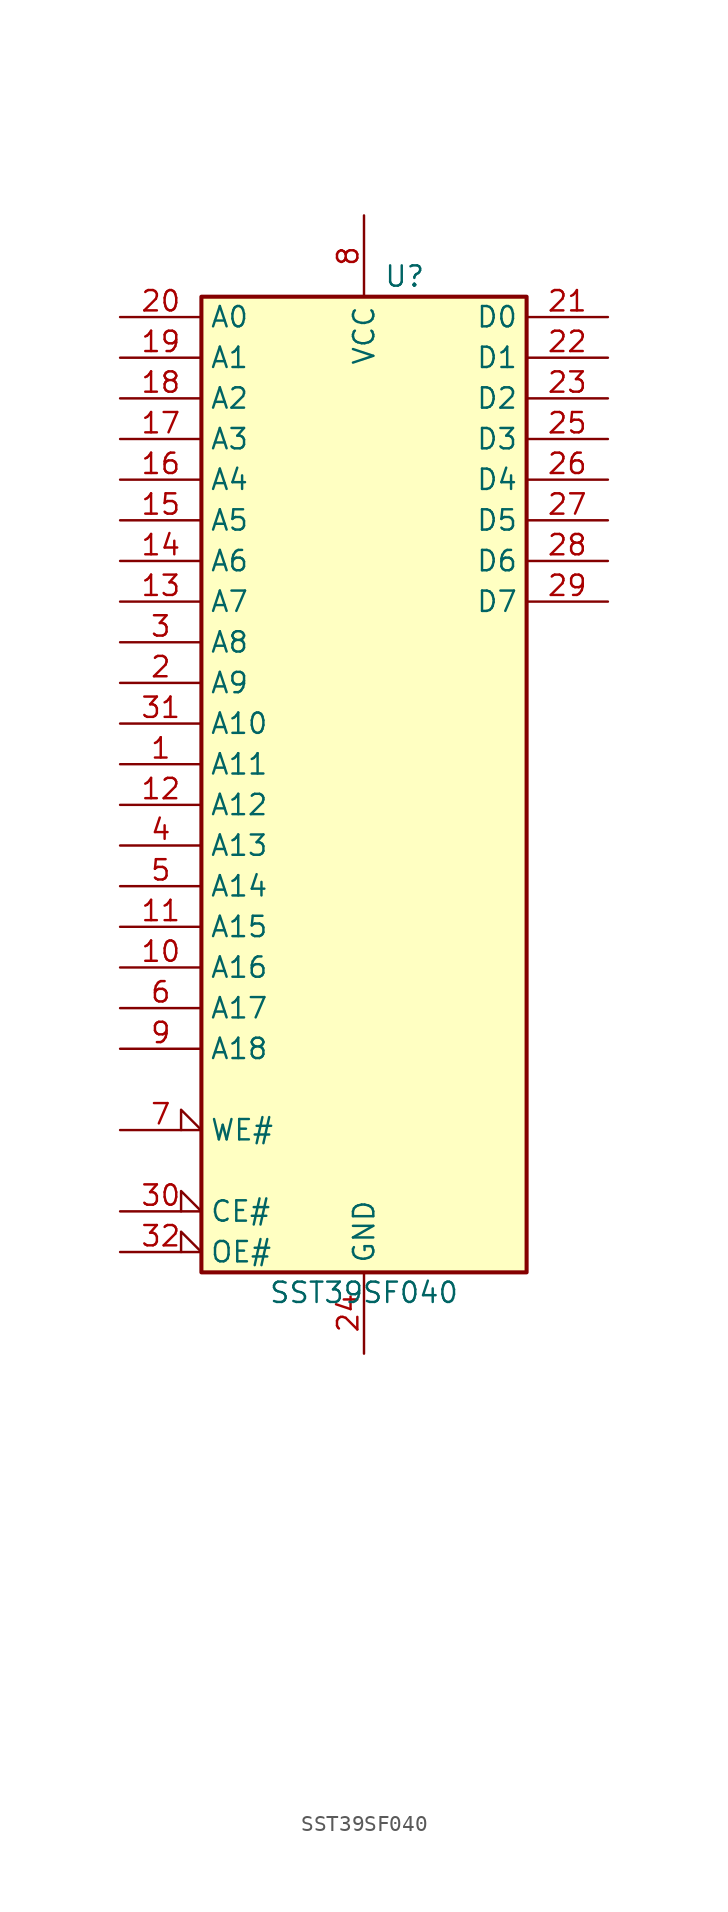
<source format=kicad_sym>
(kicad_symbol_lib
  (version 20241209)
  (generator "kicad_symbol_editor")
  (generator_version "9.0")
  (symbol "SST39SF040"
    (property "Reference" "U"
      (at 2.54 33.02 0)
      (effects (font (size 1.27 1.27))))
    (property "Value" "SST39SF040"
      (at 0 -30.48 0)
      (effects (font (size 1.27 1.27))))
    (property "Datasheet" ""
      (at 0 -53.34 0)
      (effects (font (size 1.27 1.27))))
    (symbol "SST39SF040_0_1"
      (rectangle (start -10.16 31.75) (end 10.16 -29.21) (stroke (width 0.254) (type default)) (fill (type background))))
    (symbol "SST39SF040_1_0"
      (pin power_in line (at 0 36.83 270) (length 5.08) (name "VCC" (effects (font (size 1.27 1.27)))) (number "8" (effects (font (size 1.27 1.27)))))
      (pin power_in line (at 0 -34.29 90) (length 5.08) (name "GND" (effects (font (size 1.27 1.27)))) (number "24" (effects (font (size 1.27 1.27))))))
    (symbol "SST39SF040_1_1"
      (pin input line (at -15.24 30.48 0) (length 5.08) (name "A0" (effects (font (size 1.27 1.27)))) (number "20" (effects (font (size 1.27 1.27)))))
      (pin input line (at -15.24 27.94 0) (length 5.08) (name "A1" (effects (font (size 1.27 1.27)))) (number "19" (effects (font (size 1.27 1.27)))))
      (pin input line (at -15.24 25.4 0) (length 5.08) (name "A2" (effects (font (size 1.27 1.27)))) (number "18" (effects (font (size 1.27 1.27)))))
      (pin input line (at -15.24 22.86 0) (length 5.08) (name "A3" (effects (font (size 1.27 1.27)))) (number "17" (effects (font (size 1.27 1.27)))))
      (pin input line (at -15.24 20.32 0) (length 5.08) (name "A4" (effects (font (size 1.27 1.27)))) (number "16" (effects (font (size 1.27 1.27)))))
      (pin input line (at -15.24 17.78 0) (length 5.08) (name "A5" (effects (font (size 1.27 1.27)))) (number "15" (effects (font (size 1.27 1.27)))))
      (pin input line (at -15.24 15.24 0) (length 5.08) (name "A6" (effects (font (size 1.27 1.27)))) (number "14" (effects (font (size 1.27 1.27)))))
      (pin input line (at -15.24 12.7 0) (length 5.08) (name "A7" (effects (font (size 1.27 1.27)))) (number "13" (effects (font (size 1.27 1.27)))))
      (pin input line (at -15.24 10.16 0) (length 5.08) (name "A8" (effects (font (size 1.27 1.27)))) (number "3" (effects (font (size 1.27 1.27)))))
      (pin input line (at -15.24 7.62 0) (length 5.08) (name "A9" (effects (font (size 1.27 1.27)))) (number "2" (effects (font (size 1.27 1.27)))))
      (pin input line (at -15.24 5.08 0) (length 5.08) (name "A10" (effects (font (size 1.27 1.27)))) (number "31" (effects (font (size 1.27 1.27)))))
      (pin input line (at -15.24 2.54 0) (length 5.08) (name "A11" (effects (font (size 1.27 1.27)))) (number "1" (effects (font (size 1.27 1.27)))))
      (pin input line (at -15.24 0 0) (length 5.08) (name "A12" (effects (font (size 1.27 1.27)))) (number "12" (effects (font (size 1.27 1.27)))))
      (pin input line (at -15.24 -2.54 0) (length 5.08) (name "A13" (effects (font (size 1.27 1.27)))) (number "4" (effects (font (size 1.27 1.27)))))
      (pin input line (at -15.24 -5.08 0) (length 5.08) (name "A14" (effects (font (size 1.27 1.27)))) (number "5" (effects (font (size 1.27 1.27)))))
      (pin input line (at -15.24 -7.62 0) (length 5.08) (name "A15" (effects (font (size 1.27 1.27)))) (number "11" (effects (font (size 1.27 1.27)))))
      (pin input line (at -15.24 -10.16 0) (length 5.08) (name "A16" (effects (font (size 1.27 1.27)))) (number "10" (effects (font (size 1.27 1.27)))))
      (pin input line (at -15.24 -12.7 0) (length 5.08) (name "A17" (effects (font (size 1.27 1.27)))) (number "6" (effects (font (size 1.27 1.27)))))
      (pin input line (at -15.24 -15.24 0) (length 5.08) (name "A18" (effects (font (size 1.27 1.27)))) (number "9" (effects (font (size 1.27 1.27)))))
      (pin input input_low (at -15.24 -20.32 0) (length 5.08) (name "WE#" (effects (font (size 1.27 1.27)))) (number "7" (effects (font (size 1.27 1.27)))))
      (pin input input_low (at -15.24 -25.4 0) (length 5.08) (name "CE#" (effects (font (size 1.27 1.27)))) (number "30" (effects (font (size 1.27 1.27)))))
      (pin input input_low (at -15.24 -27.94 0) (length 5.08) (name "OE#" (effects (font (size 1.27 1.27)))) (number "32" (effects (font (size 1.27 1.27)))))
      (pin tri_state line (at 15.24 30.48 180) (length 5.08) (name "D0" (effects (font (size 1.27 1.27)))) (number "21" (effects (font (size 1.27 1.27)))))
      (pin tri_state line (at 15.24 27.94 180) (length 5.08) (name "D1" (effects (font (size 1.27 1.27)))) (number "22" (effects (font (size 1.27 1.27)))))
      (pin tri_state line (at 15.24 25.4 180) (length 5.08) (name "D2" (effects (font (size 1.27 1.27)))) (number "23" (effects (font (size 1.27 1.27)))))
      (pin tri_state line (at 15.24 22.86 180) (length 5.08) (name "D3" (effects (font (size 1.27 1.27)))) (number "25" (effects (font (size 1.27 1.27)))))
      (pin tri_state line (at 15.24 20.32 180) (length 5.08) (name "D4" (effects (font (size 1.27 1.27)))) (number "26" (effects (font (size 1.27 1.27)))))
      (pin tri_state line (at 15.24 17.78 180) (length 5.08) (name "D5" (effects (font (size 1.27 1.27)))) (number "27" (effects (font (size 1.27 1.27)))))
      (pin tri_state line (at 15.24 15.24 180) (length 5.08) (name "D6" (effects (font (size 1.27 1.27)))) (number "28" (effects (font (size 1.27 1.27)))))
      (pin tri_state line (at 15.24 12.7 180) (length 5.08) (name "D7" (effects (font (size 1.27 1.27)))) (number "29" (effects (font (size 1.27 1.27))))))))
</source>
